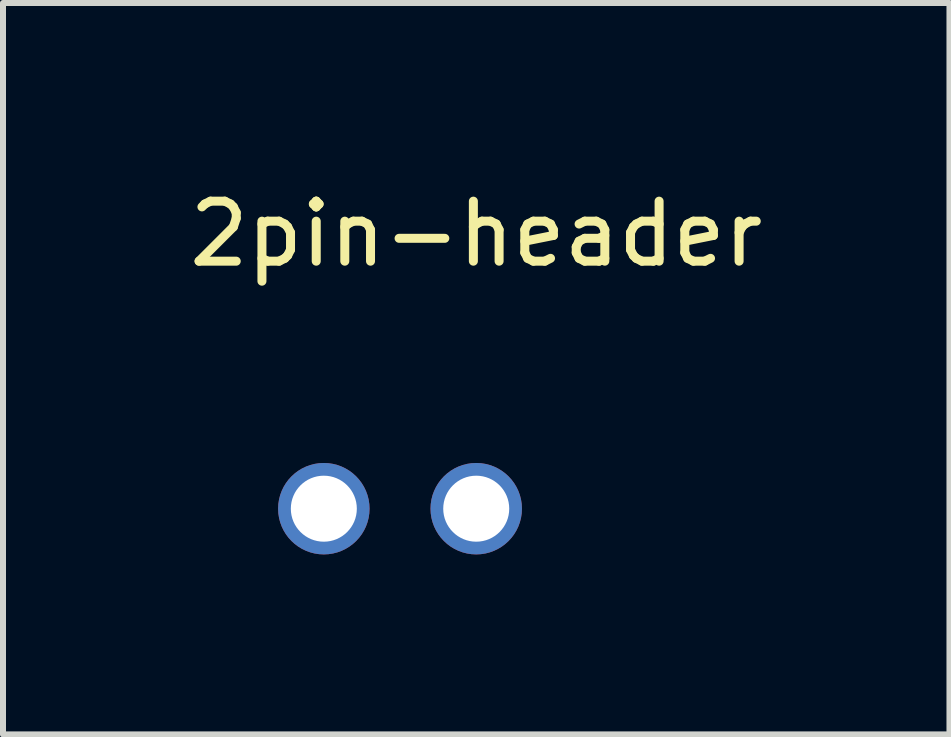
<source format=kicad_pcb>
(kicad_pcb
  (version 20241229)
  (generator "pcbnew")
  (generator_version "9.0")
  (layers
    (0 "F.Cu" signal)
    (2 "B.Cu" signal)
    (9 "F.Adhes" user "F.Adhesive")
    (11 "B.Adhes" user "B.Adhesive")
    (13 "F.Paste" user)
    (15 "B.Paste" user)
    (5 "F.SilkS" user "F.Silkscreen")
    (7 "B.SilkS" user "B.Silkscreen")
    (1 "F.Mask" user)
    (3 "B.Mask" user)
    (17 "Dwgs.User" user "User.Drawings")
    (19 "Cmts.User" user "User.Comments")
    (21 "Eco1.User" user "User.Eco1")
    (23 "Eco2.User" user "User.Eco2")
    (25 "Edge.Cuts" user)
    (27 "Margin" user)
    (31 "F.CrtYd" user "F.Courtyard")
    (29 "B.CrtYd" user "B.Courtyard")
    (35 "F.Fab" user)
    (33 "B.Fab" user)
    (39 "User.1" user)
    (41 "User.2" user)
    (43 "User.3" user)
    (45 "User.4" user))
  (footprint "2pin-header"
    (layer "F.Cu")
    (at 4.887 0.348)
    (property "Reference" "2pin-header" (at 0 0.5 0) (layer "F.SilkS") (effects (font (size 1 1) (thickness 0.15))))
    (attr through_hole)
    (pad "1" thru_hole circle (at -2.54 5.08) (size 1.524 1.524) (drill 1.1) (layers "*.Cu" "*.Mask"))
    (pad "2" thru_hole circle (at 0 5.08) (size 1.524 1.524) (drill 1.1) (layers "*.Cu" "*.Mask")))
  (gr_rect
    (start -3 -3)
    (end 12.774 9.19)
    (stroke (width 0.1) (type default))
    (fill no)
    (layer "Edge.Cuts")))
</source>
